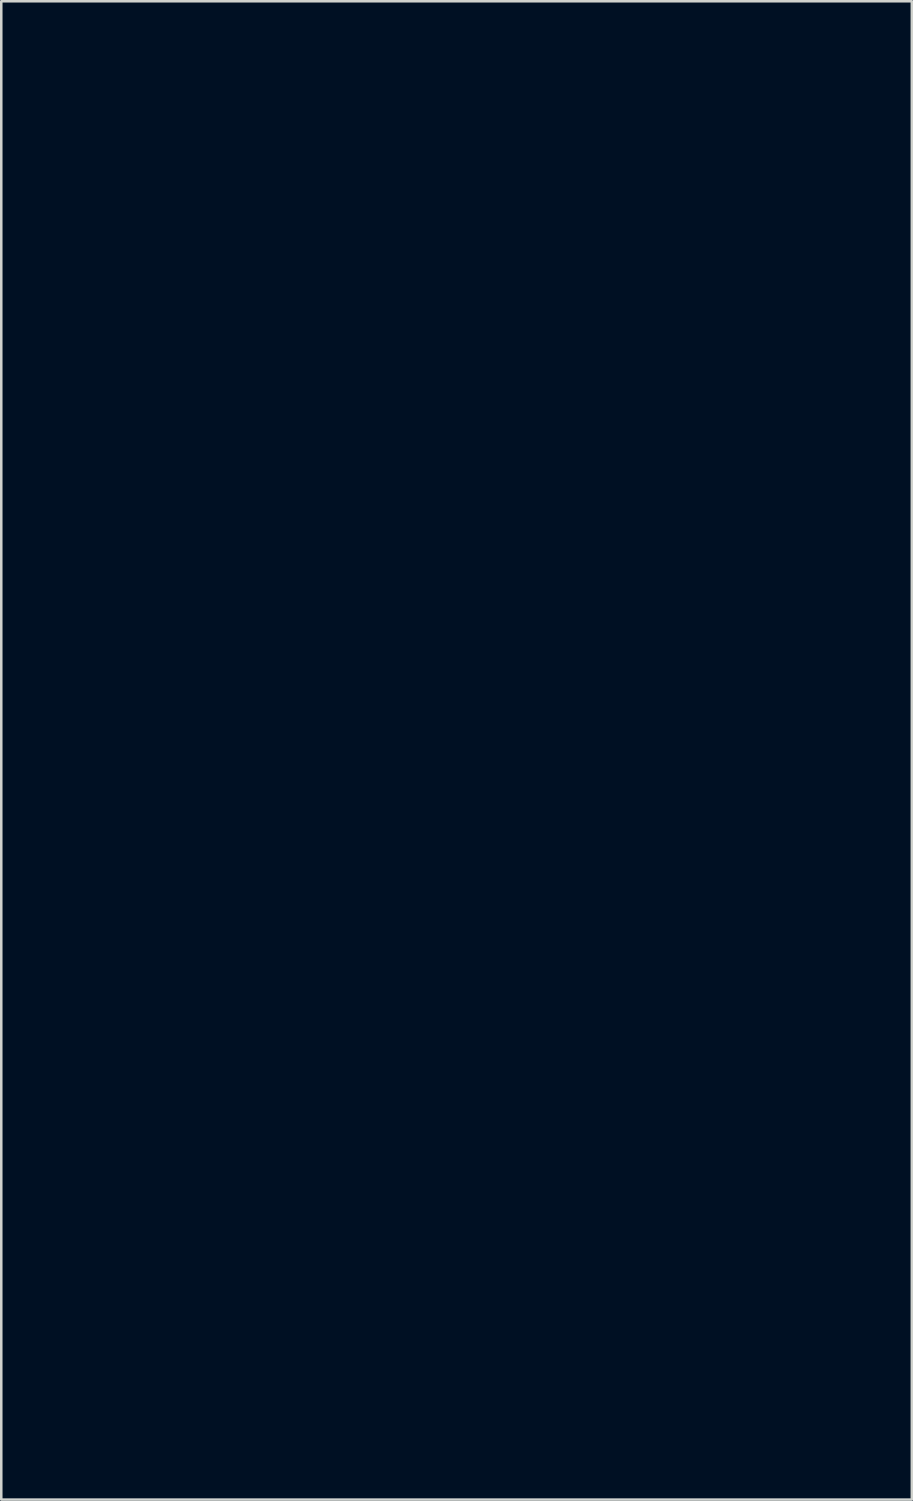
<source format=kicad_pcb>
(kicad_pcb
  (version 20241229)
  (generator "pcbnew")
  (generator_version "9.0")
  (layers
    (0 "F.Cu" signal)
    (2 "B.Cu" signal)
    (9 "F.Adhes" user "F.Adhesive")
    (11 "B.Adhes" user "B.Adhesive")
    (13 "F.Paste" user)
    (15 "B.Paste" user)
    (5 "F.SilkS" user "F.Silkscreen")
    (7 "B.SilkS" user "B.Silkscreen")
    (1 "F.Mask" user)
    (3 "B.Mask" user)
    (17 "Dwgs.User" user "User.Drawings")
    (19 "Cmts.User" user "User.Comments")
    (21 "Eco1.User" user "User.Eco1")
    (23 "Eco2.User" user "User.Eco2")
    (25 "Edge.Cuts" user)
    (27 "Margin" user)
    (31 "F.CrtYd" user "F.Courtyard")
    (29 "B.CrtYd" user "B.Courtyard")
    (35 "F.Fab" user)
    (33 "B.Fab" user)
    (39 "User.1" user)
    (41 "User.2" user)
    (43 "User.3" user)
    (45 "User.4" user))
  (footprint "bugv3fmask"
    (layer "F.Cu")
    (at 14.908 25.766)
    (property "Reference" "bugv3fmask" (at 0 0 0) (layer "F.Mask") (effects (font (size 1.524 1.524) (thickness 0.3))))
    (attr through_hole)
    (fp_poly (pts (xy 2.758 -25.728) (xy 2.914 -25.566) (xy 2.939 -25.521) (xy 3.051 -25.135) (xy 2.932 -24.793) (xy 2.572 -24.472) (xy 2.425 -24.382) (xy 1.881 -23.93) (xy 1.516 -23.331) (xy 1.338 -22.626) (xy 1.357 -21.859) (xy 1.58 -21.072) (xy 1.705 -20.805) (xy 1.942 -20.381) (xy 2.176 -20.016) (xy 2.311 -19.84) (xy 2.522 -19.534) (xy 2.498 -19.328) (xy 2.266 -19.22) (xy 2.004 -19.19) (xy 1.558 -19.16) (xy 0.988 -19.134) (xy 0.356 -19.112) (xy -0.278 -19.097) (xy -0.851 -19.09) (xy -1.303 -19.092) (xy -1.572 -19.106) (xy -1.595 -19.11) (xy -1.954 -19.194) (xy -2.093 -19.29) (xy -2.046 -19.444) (xy -1.932 -19.599) (xy -1.739 -19.916) (xy -1.542 -20.349) (xy -1.461 -20.569) (xy -1.321 -21.373) (xy -1.434 -22.168) (xy -1.803 -22.952) (xy -2.425 -23.727) (xy -3.271 -24.467) (xy -3.638 -24.746) (xy -3.3 -25.089) (xy -3.094 -25.282) (xy -2.916 -25.365) (xy -2.673 -25.353) (xy -2.279 -25.264) (xy -1.841 -25.188) (xy -1.248 -25.128) (xy -0.601 -25.093) (xy -0.319 -25.088) (xy 0.298 -25.092) (xy 0.74 -25.121) (xy 1.085 -25.19) (xy 1.415 -25.311) (xy 1.672 -25.432) (xy 2.185 -25.664) (xy 2.531 -25.761) (xy 2.758 -25.728)) (stroke (width 0.01) (type solid)) (fill yes) (layer "F.Mask"))
    (fp_poly (pts (xy -11.98 -10.011) (xy -11.603 -9.808) (xy -11.094 -9.497) (xy -10.486 -9.103) (xy -9.817 -8.648) (xy -9.121 -8.154) (xy -8.433 -7.646) (xy -8.365 -7.594) (xy -7.327 -6.81) (xy -6.37 -6.095) (xy -5.521 -5.469) (xy -4.804 -4.949) (xy -4.244 -4.556) (xy -3.964 -4.368) (xy -3.332 -3.944) (xy -2.658 -3.46) (xy -1.881 -2.873) (xy -1.45 -2.539) (xy -1.1 -2.256) (xy -0.917 -2.065) (xy -0.868 -1.902) (xy -0.915 -1.706) (xy -0.937 -1.647) (xy -0.984 -1.192) (xy -0.786 -0.757) (xy -0.352 -0.361) (xy -0.287 -0.319) (xy 0.118 -0.064) (xy 0.123 1.755) (xy 0.12 2.501) (xy 0.104 3.024) (xy 0.073 3.356) (xy 0.023 3.529) (xy -0.041 3.574) (xy -0.513 3.652) (xy -1.078 3.859) (xy -1.638 4.151) (xy -2.072 4.464) (xy -2.678 5.127) (xy -3.055 5.865) (xy -3.22 6.721) (xy -3.232 7.084) (xy -3.175 7.855) (xy -2.987 8.494) (xy -2.631 9.101) (xy -2.368 9.437) (xy -2.113 9.791) (xy -1.949 10.114) (xy -1.915 10.261) (xy -1.948 10.441) (xy -2.042 10.839) (xy -2.192 11.43) (xy -2.389 12.187) (xy -2.626 13.082) (xy -2.897 14.089) (xy -3.194 15.181) (xy -3.382 15.866) (xy -3.692 16.992) (xy -3.979 18.046) (xy -4.237 19.001) (xy -4.459 19.831) (xy -4.637 20.51) (xy -4.766 21.012) (xy -4.838 21.31) (xy -4.85 21.38) (xy -4.818 21.448) (xy -4.699 21.498) (xy -4.462 21.533) (xy -4.075 21.555) (xy -3.505 21.567) (xy -2.721 21.571) (xy -2.472 21.571) (xy -0.093 21.571) (xy -0.179 22.177) (xy -0.219 22.514) (xy -0.276 23.046) (xy -0.342 23.711) (xy -0.412 24.451) (xy -0.45 24.868) (xy -0.516 25.574) (xy -0.582 26.193) (xy -0.64 26.679) (xy -0.686 26.986) (xy -0.708 27.069) (xy -0.857 27.175) (xy -1.107 27.13) (xy -1.493 26.926) (xy -1.695 26.796) (xy -2.24 26.395) (xy -2.916 25.832) (xy -3.689 25.143) (xy -4.524 24.36) (xy -5.387 23.518) (xy -6.245 22.651) (xy -7.061 21.791) (xy -7.804 20.974) (xy -8.437 20.233) (xy -8.743 19.848) (xy -9.543 18.768) (xy -10.27 17.704) (xy -10.948 16.611) (xy -11.598 15.449) (xy -12.246 14.175) (xy -12.915 12.745) (xy -13.629 11.119) (xy -13.729 10.882) (xy -13.911 10.439) (xy -14.061 10.025) (xy -14.184 9.604) (xy -14.287 9.145) (xy -14.373 8.613) (xy -14.447 7.975) (xy -14.516 7.198) (xy -14.582 6.248) (xy -14.653 5.093) (xy -14.689 4.467) (xy -14.773 2.942) (xy -14.838 1.639) (xy -14.882 0.528) (xy -14.903 -0.423) (xy -14.9 -1.247) (xy -14.892 -1.468) (xy -3.574 -1.468) (xy -3.467 -1.114) (xy -3.198 -0.745) (xy -2.841 -0.438) (xy -2.473 -0.268) (xy -2.361 -0.255) (xy -1.987 -0.371) (xy -1.583 -0.689) (xy -1.257 -1.107) (xy -1.149 -1.468) (xy -1.255 -1.822) (xy -1.525 -2.191) (xy -1.882 -2.498) (xy -2.249 -2.668) (xy -2.361 -2.68) (xy -2.716 -2.574) (xy -3.084 -2.304) (xy -3.391 -1.948) (xy -3.561 -1.58) (xy -3.574 -1.468) (xy -14.892 -1.468) (xy -14.872 -1.974) (xy -14.818 -2.637) (xy -14.734 -3.267) (xy -14.621 -3.896) (xy -14.477 -4.555) (xy -14.3 -5.276) (xy -14.223 -5.577) (xy -13.905 -6.782) (xy -13.628 -7.76) (xy -13.385 -8.532) (xy -13.164 -9.121) (xy -12.955 -9.547) (xy -12.749 -9.834) (xy -12.536 -10.003) (xy -12.306 -10.076) (xy -12.188 -10.083) (xy -11.98 -10.011)) (stroke (width 0.01) (type solid)) (fill yes) (layer "F.Mask"))
    (fp_poly (pts (xy 12.673 -11.199) (xy 12.754 -11.057) (xy 12.866 -10.698) (xy 13.001 -10.158) (xy 13.152 -9.472) (xy 13.313 -8.676) (xy 13.478 -7.805) (xy 13.64 -6.895) (xy 13.791 -5.982) (xy 13.926 -5.101) (xy 14.038 -4.288) (xy 14.119 -3.578) (xy 14.138 -3.382) (xy 14.21 -2.68) (xy 14.305 -1.95) (xy 14.405 -1.303) (xy 14.459 -1.021) (xy 14.571 -0.39) (xy 14.686 0.411) (xy 14.798 1.314) (xy 14.898 2.25) (xy 14.98 3.151) (xy 15.035 3.949) (xy 15.058 4.575) (xy 15.059 4.659) (xy 15.033 5.332) (xy 14.968 6.149) (xy 14.874 7.03) (xy 14.76 7.896) (xy 14.636 8.666) (xy 14.511 9.263) (xy 14.509 9.271) (xy 14.372 9.831) (xy 14.237 10.426) (xy 14.177 10.705) (xy 14.12 10.975) (xy 14.062 11.212) (xy 13.985 11.456) (xy 13.874 11.747) (xy 13.713 12.125) (xy 13.486 12.632) (xy 13.178 13.306) (xy 12.958 13.785) (xy 12.007 15.728) (xy 11.051 17.433) (xy 10.08 18.917) (xy 10.04 18.973) (xy 9.691 19.467) (xy 9.385 19.912) (xy 9.162 20.251) (xy 9.074 20.398) (xy 8.844 20.766) (xy 8.489 21.26) (xy 8.058 21.816) (xy 7.602 22.372) (xy 7.17 22.867) (xy 6.811 23.238) (xy 6.81 23.239) (xy 6.141 23.834) (xy 5.356 24.474) (xy 4.506 25.124) (xy 3.642 25.746) (xy 2.815 26.303) (xy 2.077 26.758) (xy 1.527 27.052) (xy 1.029 27.28) (xy 0.703 27.4) (xy 0.494 27.419) (xy 0.347 27.347) (xy 0.252 27.246) (xy 0.185 27.025) (xy 0.151 26.589) (xy 0.15 25.974) (xy 0.179 25.22) (xy 0.238 24.362) (xy 0.325 23.439) (xy 0.397 22.815) (xy 0.551 21.571) (xy 2.956 21.571) (xy 3.807 21.568) (xy 4.435 21.559) (xy 4.872 21.541) (xy 5.15 21.51) (xy 5.301 21.466) (xy 5.358 21.404) (xy 5.361 21.378) (xy 5.328 21.217) (xy 5.233 20.837) (xy 5.084 20.265) (xy 4.888 19.527) (xy 4.652 18.65) (xy 4.383 17.66) (xy 4.088 16.586) (xy 3.94 16.049) (xy 3.565 14.686) (xy 3.256 13.545) (xy 3.01 12.601) (xy 2.822 11.832) (xy 2.688 11.214) (xy 2.604 10.723) (xy 2.566 10.336) (xy 2.569 10.028) (xy 2.609 9.777) (xy 2.683 9.558) (xy 2.763 9.391) (xy 3.07 8.8) (xy 3.276 8.371) (xy 3.402 8.041) (xy 3.466 7.747) (xy 3.49 7.425) (xy 3.493 7.084) (xy 3.457 6.431) (xy 3.335 5.908) (xy 3.198 5.582) (xy 2.842 5.025) (xy 2.352 4.499) (xy 1.803 4.071) (xy 1.27 3.812) (xy 1.264 3.81) (xy 0.778 3.665) (xy 0.702 -0.191) (xy 1.065 -0.624) (xy 1.319 -1.008) (xy 1.382 -1.352) (xy 1.374 -1.422) (xy 1.394 -1.743) (xy 1.608 -1.974) (xy 1.635 -1.992) (xy 1.949 -2.198) (xy 1.74 -1.9) (xy 1.552 -1.476) (xy 1.604 -1.06) (xy 1.902 -0.627) (xy 1.966 -0.562) (xy 2.398 -0.226) (xy 2.8 -0.137) (xy 3.206 -0.295) (xy 3.523 -0.562) (xy 3.857 -0.99) (xy 3.948 -1.388) (xy 3.795 -1.793) (xy 3.509 -2.133) (xy 3.187 -2.415) (xy 2.923 -2.529) (xy 2.678 -2.525) (xy 2.421 -2.501) (xy 2.372 -2.565) (xy 2.469 -2.734) (xy 2.628 -2.907) (xy 2.956 -3.211) (xy 3.421 -3.619) (xy 3.993 -4.107) (xy 4.639 -4.646) (xy 5.329 -5.211) (xy 6.03 -5.775) (xy 6.701 -6.302) (xy 7.218 -6.726) (xy 7.755 -7.201) (xy 8.206 -7.632) (xy 8.251 -7.678) (xy 8.844 -8.267) (xy 9.505 -8.877) (xy 10.171 -9.455) (xy 10.782 -9.948) (xy 11.232 -10.272) (xy 11.645 -10.555) (xy 12.033 -10.837) (xy 12.174 -10.947) (xy 12.447 -11.13) (xy 12.65 -11.202) (xy 12.673 -11.199)) (stroke (width 0.01) (type solid)) (fill yes) (layer "F.Mask"))
    (fp_poly (pts (xy 7.796 -17.921) (xy 8.31 -17.592) (xy 8.817 -17.275) (xy 9.224 -17.025) (xy 9.306 -16.976) (xy 9.713 -16.723) (xy 10.086 -16.469) (xy 10.19 -16.392) (xy 10.474 -16.189) (xy 10.887 -15.917) (xy 11.319 -15.645) (xy 11.721 -15.379) (xy 12.031 -15.134) (xy 12.187 -14.96) (xy 12.19 -14.953) (xy 12.247 -14.688) (xy 12.298 -14.248) (xy 12.338 -13.711) (xy 12.364 -13.157) (xy 12.37 -12.665) (xy 12.353 -12.314) (xy 12.34 -12.235) (xy 12.207 -12.024) (xy 11.904 -11.695) (xy 11.463 -11.284) (xy 11.024 -10.91) (xy 10.424 -10.409) (xy 9.778 -9.857) (xy 9.176 -9.332) (xy 8.818 -9.012) (xy 7.399 -7.759) (xy 5.784 -6.404) (xy 4.349 -5.245) (xy 3.734 -4.748) (xy 3.084 -4.211) (xy 2.48 -3.701) (xy 2.042 -3.32) (xy 1.554 -2.888) (xy 1.218 -2.603) (xy 0.994 -2.439) (xy 0.842 -2.374) (xy 0.724 -2.383) (xy 0.6 -2.444) (xy 0.592 -2.448) (xy 0.291 -2.525) (xy 0.026 -2.514) (xy -0.124 -2.528) (xy -0.354 -2.619) (xy -0.681 -2.799) (xy -1.119 -3.077) (xy -1.685 -3.466) (xy -2.393 -3.974) (xy -3.26 -4.613) (xy -4.302 -5.393) (xy -5.088 -5.988) (xy -5.647 -6.406) (xy -6.296 -6.884) (xy -6.917 -7.335) (xy -7.067 -7.443) (xy -7.549 -7.79) (xy -7.986 -8.107) (xy -8.315 -8.349) (xy -8.424 -8.432) (xy -8.639 -8.589) (xy -9.019 -8.858) (xy -9.317 -9.066) (xy -7.357 -9.066) (xy -7.208 -8.439) (xy -6.879 -7.873) (xy -6.406 -7.416) (xy -5.824 -7.119) (xy -5.361 -7.032) (xy -5.116 -7.058) (xy -4.763 -7.135) (xy -4.701 -7.152) (xy -4.209 -7.403) (xy -3.759 -7.839) (xy -3.415 -8.388) (xy -3.304 -8.677) (xy -3.24 -9.289) (xy 3.124 -9.289) (xy 3.163 -8.607) (xy 3.44 -7.945) (xy 3.596 -7.723) (xy 3.956 -7.398) (xy 4.446 -7.116) (xy 4.952 -6.935) (xy 5.233 -6.898) (xy 5.55 -6.951) (xy 5.951 -7.083) (xy 6.073 -7.135) (xy 6.68 -7.533) (xy 7.099 -8.063) (xy 7.32 -8.676) (xy 7.335 -9.326) (xy 7.135 -9.965) (xy 6.714 -10.543) (xy 6.122 -10.973) (xy 5.469 -11.171) (xy 4.801 -11.136) (xy 4.161 -10.87) (xy 3.753 -10.543) (xy 3.321 -9.949) (xy 3.124 -9.289) (xy -3.24 -9.289) (xy -3.236 -9.333) (xy -3.409 -9.986) (xy -3.814 -10.599) (xy -3.939 -10.731) (xy -4.496 -11.13) (xy -5.103 -11.304) (xy -5.717 -11.267) (xy -6.296 -11.032) (xy -6.795 -10.613) (xy -7.171 -10.022) (xy -7.29 -9.703) (xy -7.357 -9.066) (xy -9.317 -9.066) (xy -9.52 -9.207) (xy -10.095 -9.605) (xy -10.406 -9.818) (xy -11.161 -10.338) (xy -11.732 -10.743) (xy -12.147 -11.061) (xy -12.432 -11.322) (xy -12.615 -11.555) (xy -12.723 -11.788) (xy -12.783 -12.051) (xy -12.823 -12.372) (xy -12.825 -12.396) (xy -12.866 -12.992) (xy -12.878 -13.633) (xy -12.869 -13.976) (xy -12.838 -14.406) (xy -12.773 -14.661) (xy -12.631 -14.824) (xy -12.368 -14.975) (xy -12.317 -15.001) (xy -11.683 -15.332) (xy -10.941 -15.734) (xy -10.571 -15.94) (xy -3.785 -15.94) (xy -3.647 -15.448) (xy -3.294 -15.028) (xy -3.137 -14.919) (xy -2.702 -14.717) (xy -2.31 -14.713) (xy -1.91 -14.872) (xy -1.553 -15.163) (xy -1.276 -15.575) (xy -1.168 -15.94) (xy 1.193 -15.94) (xy 1.331 -15.448) (xy 1.684 -15.028) (xy 1.841 -14.919) (xy 2.276 -14.717) (xy 2.668 -14.713) (xy 3.067 -14.872) (xy 3.425 -15.163) (xy 3.702 -15.575) (xy 3.827 -15.999) (xy 3.829 -16.044) (xy 3.726 -16.422) (xy 3.467 -16.816) (xy 3.123 -17.131) (xy 2.953 -17.224) (xy 2.419 -17.321) (xy 1.913 -17.168) (xy 1.59 -16.918) (xy 1.277 -16.449) (xy 1.193 -15.94) (xy -1.168 -15.94) (xy -1.151 -15.999) (xy -1.149 -16.044) (xy -1.252 -16.422) (xy -1.511 -16.816) (xy -1.855 -17.131) (xy -2.025 -17.224) (xy -2.559 -17.321) (xy -3.065 -17.168) (xy -3.388 -16.918) (xy -3.701 -16.449) (xy -3.785 -15.94) (xy -10.571 -15.94) (xy -10.149 -16.175) (xy -9.366 -16.621) (xy -8.649 -17.039) (xy -8.057 -17.397) (xy -7.732 -17.603) (xy -7.282 -17.898) (xy -6.881 -18.155) (xy -6.603 -18.326) (xy -6.564 -18.349) (xy -6.435 -18.387) (xy -6.183 -18.42) (xy -5.791 -18.447) (xy -5.242 -18.47) (xy -4.52 -18.489) (xy -3.608 -18.503) (xy -2.49 -18.514) (xy -1.147 -18.523) (xy 0.275 -18.528) (xy 6.829 -18.547) (xy 7.796 -17.921)) (stroke (width 0.01) (type solid)) (fill yes) (layer "F.Mask")))
  (gr_rect
    (start -3 -3)
    (end 32.972 56.191)
    (stroke (width 0.1) (type default))
    (fill no)
    (layer "Edge.Cuts")))
</source>
